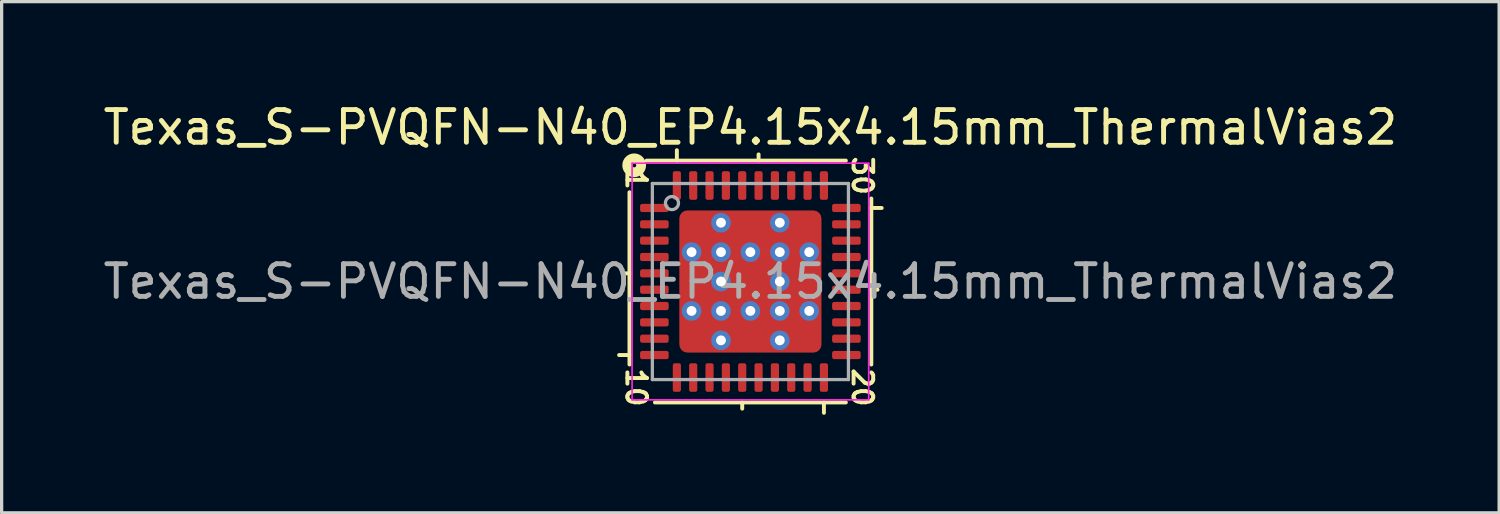
<source format=kicad_pcb>
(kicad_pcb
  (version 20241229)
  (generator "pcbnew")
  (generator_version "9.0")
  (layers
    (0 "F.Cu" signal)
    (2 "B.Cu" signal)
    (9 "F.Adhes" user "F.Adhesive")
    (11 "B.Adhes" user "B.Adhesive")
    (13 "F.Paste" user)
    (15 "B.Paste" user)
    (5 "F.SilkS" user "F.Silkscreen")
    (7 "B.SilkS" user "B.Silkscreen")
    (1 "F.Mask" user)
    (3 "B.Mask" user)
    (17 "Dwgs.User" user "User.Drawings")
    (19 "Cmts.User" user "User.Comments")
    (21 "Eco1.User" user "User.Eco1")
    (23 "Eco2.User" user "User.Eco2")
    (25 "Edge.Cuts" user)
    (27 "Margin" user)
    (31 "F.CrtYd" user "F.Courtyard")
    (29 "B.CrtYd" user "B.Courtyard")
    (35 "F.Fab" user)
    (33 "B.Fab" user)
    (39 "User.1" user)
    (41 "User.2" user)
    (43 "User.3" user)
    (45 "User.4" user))
  (footprint "Texas_S-PVQFN-N40_EP4.15x4.15mm_ThermalVias2"
    (layer "F.Cu")
    (at 19.911 5.564)
    (property "Reference" "Texas_S-PVQFN-N40_EP4.15x4.15mm_ThermalVias2" (at 0 -4.716 0) (layer "F.SilkS") (effects (font (size 1 1) (thickness 0.15))))
    (attr smd)
    (fp_line (start -3.7 -2.731) (end -3.7 2.54) (stroke (width 0.12) (type solid)) (layer "F.SilkS"))
    (fp_line (start -3.7 -0.25) (end -3.89 -0.25) (stroke (width 0.12) (type solid)) (layer "F.SilkS"))
    (fp_line (start -3.7 2.25) (end -4.018 2.25) (stroke (width 0.12) (type solid)) (layer "F.SilkS"))
    (fp_line (start -2.921 3.7) (end 2.921 3.7) (stroke (width 0.12) (type solid)) (layer "F.SilkS"))
    (fp_line (start -2.25 -3.7) (end -2.25 -4.018) (stroke (width 0.12) (type solid)) (layer "F.SilkS"))
    (fp_line (start -0.25 3.7) (end -0.25 3.89) (stroke (width 0.12) (type solid)) (layer "F.SilkS"))
    (fp_line (start 0.25 -3.7) (end 0.25 -3.89) (stroke (width 0.12) (type solid)) (layer "F.SilkS"))
    (fp_line (start 2.25 3.7) (end 2.25 4.018) (stroke (width 0.12) (type solid)) (layer "F.SilkS"))
    (fp_line (start 2.921 -3.7) (end -3.175 -3.7) (stroke (width 0.12) (type solid)) (layer "F.SilkS"))
    (fp_line (start 3.7 -2.25) (end 4.018 -2.25) (stroke (width 0.12) (type solid)) (layer "F.SilkS"))
    (fp_line (start 3.7 0.25) (end 3.89 0.25) (stroke (width 0.12) (type solid)) (layer "F.SilkS"))
    (fp_line (start 3.7 2.54) (end 3.7 -2.54) (stroke (width 0.12) (type solid)) (layer "F.SilkS"))
    (fp_circle (center -3.556 -3.556) (end -3.493 -3.556) (stroke (width 0.3) (type solid)) (fill no) (layer "F.SilkS"))
    (fp_line (start -3.62 -3.62) (end -3.62 3.62) (stroke (width 0.05) (type solid)) (layer "F.CrtYd"))
    (fp_line (start -3.62 3.62) (end 3.62 3.62) (stroke (width 0.05) (type solid)) (layer "F.CrtYd"))
    (fp_line (start 3.62 -3.62) (end -3.62 -3.62) (stroke (width 0.05) (type solid)) (layer "F.CrtYd"))
    (fp_line (start 3.62 3.62) (end 3.62 -3.62) (stroke (width 0.05) (type solid)) (layer "F.CrtYd"))
    (fp_line (start -3 -3) (end 3 -3) (stroke (width 0.1) (type solid)) (layer "F.Fab"))
    (fp_line (start -3 3) (end -3 -3) (stroke (width 0.1) (type solid)) (layer "F.Fab"))
    (fp_line (start 3 -3) (end 3 3) (stroke (width 0.1) (type solid)) (layer "F.Fab"))
    (fp_line (start 3 3) (end -3 3) (stroke (width 0.1) (type solid)) (layer "F.Fab"))
    (fp_circle (center -2.4 -2.4) (end -2.2 -2.4) (stroke (width 0.1) (type solid)) (fill no) (layer "F.Fab"))
    (fp_text user "1" (at -3.493 -3.111 270) (unlocked yes) (layer "F.SilkS") (effects (font (size 0.6 0.6) (thickness 0.12))))
    (fp_text user "10" (at -3.493 3.239 270) (unlocked yes) (layer "F.SilkS") (effects (font (size 0.6 0.6) (thickness 0.12))))
    (fp_text user "30" (at 3.429 -3.239 270) (unlocked yes) (layer "F.SilkS") (effects (font (size 0.6 0.6) (thickness 0.12))))
    (fp_text user "20" (at 3.429 3.239 270) (unlocked yes) (layer "F.SilkS") (effects (font (size 0.6 0.6) (thickness 0.12))))
    (fp_text user "${REFERENCE}" (at 0 0 0) (layer "F.Fab") (effects (font (size 1 1) (thickness 0.15))))
    (pad "" smd roundrect (at -1.637 -1.637) (size 0.625 0.625) (layers "F.Paste") (roundrect_rratio 0.25))
    (pad "" smd roundrect (at -1.637 -1.637) (size 0.875 0.875) (layers "F.Mask") (roundrect_rratio 0.25))
    (pad "" smd roundrect (at -1.637 0 90) (size 0.9 0.625) (layers "F.Paste") (roundrect_rratio 0.25))
    (pad "" smd roundrect (at -1.637 0 90) (size 1.2 0.875) (layers "F.Mask") (roundrect_rratio 0.25))
    (pad "" smd roundrect (at -1.637 1.637) (size 0.625 0.625) (layers "F.Paste") (roundrect_rratio 0.25))
    (pad "" smd roundrect (at -1.637 1.637) (size 0.875 0.875) (layers "F.Mask") (roundrect_rratio 0.25))
    (pad "" smd roundrect (at 0 -1.637) (size 0.9 0.625) (layers "F.Paste") (roundrect_rratio 0.25))
    (pad "" smd roundrect (at 0 -1.637) (size 1.2 0.875) (layers "F.Mask") (roundrect_rratio 0.25))
    (pad "" smd roundrect (at 0 0 90) (size 0.9 0.9) (layers "F.Paste") (roundrect_rratio 0.25))
    (pad "" smd roundrect (at 0 0 90) (size 1.2 1.2) (layers "F.Mask") (roundrect_rratio 0.208))
    (pad "" smd roundrect (at 0 1.637) (size 0.9 0.625) (layers "F.Paste") (roundrect_rratio 0.25))
    (pad "" smd roundrect (at 0 1.637) (size 1.2 0.875) (layers "F.Mask") (roundrect_rratio 0.25))
    (pad "" smd roundrect (at 1.637 -1.637) (size 0.625 0.625) (layers "F.Paste") (roundrect_rratio 0.25))
    (pad "" smd roundrect (at 1.637 -1.637) (size 0.875 0.875) (layers "F.Mask") (roundrect_rratio 0.25))
    (pad "" smd roundrect (at 1.637 0 90) (size 0.9 0.625) (layers "F.Paste") (roundrect_rratio 0.25))
    (pad "" smd roundrect (at 1.637 0 90) (size 1.2 0.875) (layers "F.Mask") (roundrect_rratio 0.25))
    (pad "" smd roundrect (at 1.637 1.637) (size 0.625 0.625) (layers "F.Paste") (roundrect_rratio 0.25))
    (pad "" smd roundrect (at 1.637 1.637) (size 0.875 0.875) (layers "F.Mask") (roundrect_rratio 0.25))
    (pad "1" smd roundrect (at -2.938 -2.25) (size 0.875 0.25) (layers "F.Cu" "F.Mask" "F.Paste") (roundrect_rratio 0.25))
    (pad "2" smd roundrect (at -2.938 -1.75) (size 0.875 0.25) (layers "F.Cu" "F.Mask" "F.Paste") (roundrect_rratio 0.25))
    (pad "3" smd roundrect (at -2.938 -1.25) (size 0.875 0.25) (layers "F.Cu" "F.Mask" "F.Paste") (roundrect_rratio 0.25))
    (pad "4" smd roundrect (at -2.938 -0.75) (size 0.875 0.25) (layers "F.Cu" "F.Mask" "F.Paste") (roundrect_rratio 0.25))
    (pad "5" smd roundrect (at -2.938 -0.25) (size 0.875 0.25) (layers "F.Cu" "F.Mask" "F.Paste") (roundrect_rratio 0.25))
    (pad "6" smd roundrect (at -2.938 0.25) (size 0.875 0.25) (layers "F.Cu" "F.Mask" "F.Paste") (roundrect_rratio 0.25))
    (pad "7" smd roundrect (at -2.938 0.75) (size 0.875 0.25) (layers "F.Cu" "F.Mask" "F.Paste") (roundrect_rratio 0.25))
    (pad "8" smd roundrect (at -2.938 1.25) (size 0.875 0.25) (layers "F.Cu" "F.Mask" "F.Paste") (roundrect_rratio 0.25))
    (pad "9" smd roundrect (at -2.938 1.75) (size 0.875 0.25) (layers "F.Cu" "F.Mask" "F.Paste") (roundrect_rratio 0.25))
    (pad "10" smd roundrect (at -2.938 2.25) (size 0.875 0.25) (layers "F.Cu" "F.Mask" "F.Paste") (roundrect_rratio 0.25))
    (pad "11" smd roundrect (at -2.25 2.938) (size 0.25 0.875) (layers "F.Cu" "F.Mask" "F.Paste") (roundrect_rratio 0.25))
    (pad "12" smd roundrect (at -1.75 2.938) (size 0.25 0.875) (layers "F.Cu" "F.Mask" "F.Paste") (roundrect_rratio 0.25))
    (pad "13" smd roundrect (at -1.25 2.938) (size 0.25 0.875) (layers "F.Cu" "F.Mask" "F.Paste") (roundrect_rratio 0.25))
    (pad "14" smd roundrect (at -0.75 2.938) (size 0.25 0.875) (layers "F.Cu" "F.Mask" "F.Paste") (roundrect_rratio 0.25))
    (pad "15" smd roundrect (at -0.25 2.938) (size 0.25 0.875) (layers "F.Cu" "F.Mask" "F.Paste") (roundrect_rratio 0.25))
    (pad "16" smd roundrect (at 0.25 2.938) (size 0.25 0.875) (layers "F.Cu" "F.Mask" "F.Paste") (roundrect_rratio 0.25))
    (pad "17" smd roundrect (at 0.75 2.938) (size 0.25 0.875) (layers "F.Cu" "F.Mask" "F.Paste") (roundrect_rratio 0.25))
    (pad "18" smd roundrect (at 1.25 2.938) (size 0.25 0.875) (layers "F.Cu" "F.Mask" "F.Paste") (roundrect_rratio 0.25))
    (pad "19" smd roundrect (at 1.75 2.938) (size 0.25 0.875) (layers "F.Cu" "F.Mask" "F.Paste") (roundrect_rratio 0.25))
    (pad "20" smd roundrect (at 2.25 2.938) (size 0.25 0.875) (layers "F.Cu" "F.Mask" "F.Paste") (roundrect_rratio 0.25))
    (pad "21" smd roundrect (at 2.938 2.25) (size 0.875 0.25) (layers "F.Cu" "F.Mask" "F.Paste") (roundrect_rratio 0.25))
    (pad "22" smd roundrect (at 2.938 1.75) (size 0.875 0.25) (layers "F.Cu" "F.Mask" "F.Paste") (roundrect_rratio 0.25))
    (pad "23" smd roundrect (at 2.938 1.25) (size 0.875 0.25) (layers "F.Cu" "F.Mask" "F.Paste") (roundrect_rratio 0.25))
    (pad "24" smd roundrect (at 2.938 0.75) (size 0.875 0.25) (layers "F.Cu" "F.Mask" "F.Paste") (roundrect_rratio 0.25))
    (pad "25" smd roundrect (at 2.938 0.25) (size 0.875 0.25) (layers "F.Cu" "F.Mask" "F.Paste") (roundrect_rratio 0.25))
    (pad "26" smd roundrect (at 2.938 -0.25) (size 0.875 0.25) (layers "F.Cu" "F.Mask" "F.Paste") (roundrect_rratio 0.25))
    (pad "27" smd roundrect (at 2.938 -0.75) (size 0.875 0.25) (layers "F.Cu" "F.Mask" "F.Paste") (roundrect_rratio 0.25))
    (pad "28" smd roundrect (at 2.938 -1.25) (size 0.875 0.25) (layers "F.Cu" "F.Mask" "F.Paste") (roundrect_rratio 0.25))
    (pad "29" smd roundrect (at 2.938 -1.75) (size 0.875 0.25) (layers "F.Cu" "F.Mask" "F.Paste") (roundrect_rratio 0.25))
    (pad "30" smd roundrect (at 2.938 -2.25) (size 0.875 0.25) (layers "F.Cu" "F.Mask" "F.Paste") (roundrect_rratio 0.25))
    (pad "31" smd roundrect (at 2.25 -2.938) (size 0.25 0.875) (layers "F.Cu" "F.Mask" "F.Paste") (roundrect_rratio 0.25))
    (pad "32" smd roundrect (at 1.75 -2.938) (size 0.25 0.875) (layers "F.Cu" "F.Mask" "F.Paste") (roundrect_rratio 0.25))
    (pad "33" smd roundrect (at 1.25 -2.938) (size 0.25 0.875) (layers "F.Cu" "F.Mask" "F.Paste") (roundrect_rratio 0.25))
    (pad "34" smd roundrect (at 0.75 -2.938) (size 0.25 0.875) (layers "F.Cu" "F.Mask" "F.Paste") (roundrect_rratio 0.25))
    (pad "35" smd roundrect (at 0.25 -2.938) (size 0.25 0.875) (layers "F.Cu" "F.Mask" "F.Paste") (roundrect_rratio 0.25))
    (pad "36" smd roundrect (at -0.25 -2.938) (size 0.25 0.875) (layers "F.Cu" "F.Mask" "F.Paste") (roundrect_rratio 0.25))
    (pad "37" smd roundrect (at -0.75 -2.938) (size 0.25 0.875) (layers "F.Cu" "F.Mask" "F.Paste") (roundrect_rratio 0.25))
    (pad "38" smd roundrect (at -1.25 -2.938) (size 0.25 0.875) (layers "F.Cu" "F.Mask" "F.Paste") (roundrect_rratio 0.25))
    (pad "39" smd roundrect (at -1.75 -2.938) (size 0.25 0.875) (layers "F.Cu" "F.Mask" "F.Paste") (roundrect_rratio 0.25))
    (pad "40" smd roundrect (at -2.25 -2.938) (size 0.25 0.875) (layers "F.Cu" "F.Mask" "F.Paste") (roundrect_rratio 0.25))
    (pad "41" thru_hole circle (at -1.8 -0.9 180) (size 0.6 0.6) (drill 0.3) (property pad_prop_heatsink) (layers "*.Cu" "*.Mask"))
    (pad "41" thru_hole circle (at -1.8 0.9 180) (size 0.6 0.6) (drill 0.3) (property pad_prop_heatsink) (layers "*.Cu" "*.Mask"))
    (pad "41" thru_hole circle (at -0.9 -1.8 180) (size 0.6 0.6) (drill 0.3) (property pad_prop_heatsink) (layers "*.Cu" "*.Mask"))
    (pad "41" thru_hole circle (at -0.9 -0.9 180) (size 0.6 0.6) (drill 0.3) (property pad_prop_heatsink) (layers "*.Cu" "*.Mask"))
    (pad "41" thru_hole circle (at -0.9 0 180) (size 0.6 0.6) (drill 0.3) (property pad_prop_heatsink) (layers "*.Cu" "*.Mask"))
    (pad "41" thru_hole circle (at -0.9 0.9 180) (size 0.6 0.6) (drill 0.3) (property pad_prop_heatsink) (layers "*.Cu" "*.Mask"))
    (pad "41" thru_hole circle (at -0.9 1.8 180) (size 0.6 0.6) (drill 0.3) (property pad_prop_heatsink) (layers "*.Cu" "*.Mask"))
    (pad "41" thru_hole circle (at 0 -0.9 180) (size 0.6 0.6) (drill 0.3) (property pad_prop_heatsink) (layers "*.Cu" "*.Mask"))
    (pad "41" smd roundrect (at 0 0) (size 4.35 4.35) (layers "F.Cu") (roundrect_rratio 0.057))
    (pad "41" thru_hole circle (at 0 0.9 180) (size 0.6 0.6) (drill 0.3) (property pad_prop_heatsink) (layers "*.Cu" "*.Mask"))
    (pad "41" thru_hole circle (at 0.9 -1.8 180) (size 0.6 0.6) (drill 0.3) (property pad_prop_heatsink) (layers "*.Cu" "*.Mask"))
    (pad "41" thru_hole circle (at 0.9 -0.9 180) (size 0.6 0.6) (drill 0.3) (property pad_prop_heatsink) (layers "*.Cu" "*.Mask"))
    (pad "41" thru_hole circle (at 0.9 0 180) (size 0.6 0.6) (drill 0.3) (property pad_prop_heatsink) (layers "*.Cu" "*.Mask"))
    (pad "41" thru_hole circle (at 0.9 0.9 180) (size 0.6 0.6) (drill 0.3) (property pad_prop_heatsink) (layers "*.Cu" "*.Mask"))
    (pad "41" thru_hole circle (at 0.9 1.8 180) (size 0.6 0.6) (drill 0.3) (property pad_prop_heatsink) (layers "*.Cu" "*.Mask"))
    (pad "41" thru_hole circle (at 1.8 -0.9 180) (size 0.6 0.6) (drill 0.3) (property pad_prop_heatsink) (layers "*.Cu" "*.Mask"))
    (pad "41" thru_hole circle (at 1.8 0.9 180) (size 0.6 0.6) (drill 0.3) (property pad_prop_heatsink) (layers "*.Cu" "*.Mask")))
  (gr_rect
    (start -3 -3)
    (end 42.821 12.642)
    (stroke (width 0.1) (type default))
    (fill no)
    (layer "Edge.Cuts")))
</source>
